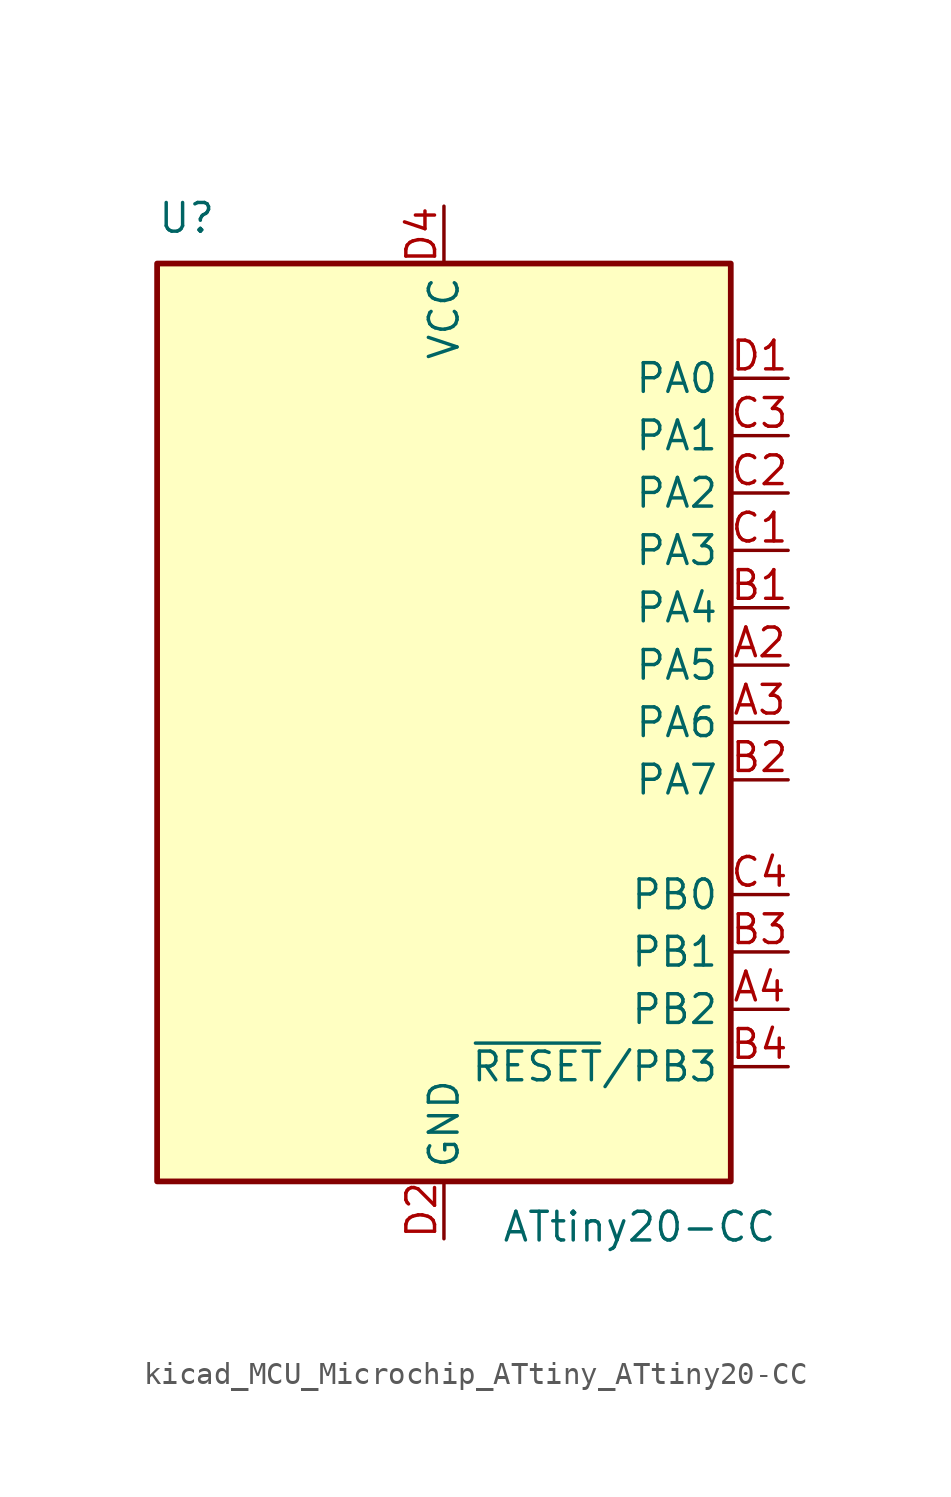
<source format=kicad_sym>
(kicad_symbol_lib
  (version 20220914)
  (generator kicad_symbol_editor)
  (symbol "kicad_MCU_Microchip_ATtiny_ATtiny20-CC"
    (property "Reference" "U"
      (at -12.7 21.59 0)
      (effects (font (size 1.27 1.27)) (justify left bottom)))
    (property "Value" "ATtiny20-CC"
      (at 2.54 -21.59 0)
      (effects (font (size 1.27 1.27)) (justify left top)))
    (symbol "kicad_MCU_Microchip_ATtiny_ATtiny20-CC_0_1"
      (rectangle (start -12.7 -20.32) (end 12.7 20.32) (stroke (width 0.254) (type default)) (fill (type background))))
    (symbol "kicad_MCU_Microchip_ATtiny_ATtiny20-CC_1_1"
      (pin bidirectional line (at 15.24 2.54 180) (length 2.54) (name "PA5" (effects (font (size 1.27 1.27)))) (number "A2" (effects (font (size 1.27 1.27)))))
      (pin bidirectional line (at 15.24 0 180) (length 2.54) (name "PA6" (effects (font (size 1.27 1.27)))) (number "A3" (effects (font (size 1.27 1.27)))))
      (pin bidirectional line (at 15.24 -12.7 180) (length 2.54) (name "PB2" (effects (font (size 1.27 1.27)))) (number "A4" (effects (font (size 1.27 1.27)))))
      (pin bidirectional line (at 15.24 5.08 180) (length 2.54) (name "PA4" (effects (font (size 1.27 1.27)))) (number "B1" (effects (font (size 1.27 1.27)))))
      (pin bidirectional line (at 15.24 -2.54 180) (length 2.54) (name "PA7" (effects (font (size 1.27 1.27)))) (number "B2" (effects (font (size 1.27 1.27)))))
      (pin bidirectional line (at 15.24 -10.16 180) (length 2.54) (name "PB1" (effects (font (size 1.27 1.27)))) (number "B3" (effects (font (size 1.27 1.27)))))
      (pin bidirectional line (at 15.24 -15.24 180) (length 2.54) (name "~{RESET}/PB3" (effects (font (size 1.27 1.27)))) (number "B4" (effects (font (size 1.27 1.27)))))
      (pin bidirectional line (at 15.24 7.62 180) (length 2.54) (name "PA3" (effects (font (size 1.27 1.27)))) (number "C1" (effects (font (size 1.27 1.27)))))
      (pin bidirectional line (at 15.24 10.16 180) (length 2.54) (name "PA2" (effects (font (size 1.27 1.27)))) (number "C2" (effects (font (size 1.27 1.27)))))
      (pin bidirectional line (at 15.24 12.7 180) (length 2.54) (name "PA1" (effects (font (size 1.27 1.27)))) (number "C3" (effects (font (size 1.27 1.27)))))
      (pin bidirectional line (at 15.24 -7.62 180) (length 2.54) (name "PB0" (effects (font (size 1.27 1.27)))) (number "C4" (effects (font (size 1.27 1.27)))))
      (pin bidirectional line (at 15.24 15.24 180) (length 2.54) (name "PA0" (effects (font (size 1.27 1.27)))) (number "D1" (effects (font (size 1.27 1.27)))))
      (pin power_in line (at 0 -22.86 90) (length 2.54) (name "GND" (effects (font (size 1.27 1.27)))) (number "D2" (effects (font (size 1.27 1.27)))))
      (pin passive line (at 0 -22.86 90) (length 2.54) hide (name "GND" (effects (font (size 1.27 1.27)))) (number "D3" (effects (font (size 1.27 1.27)))))
      (pin power_in line (at 0 22.86 270) (length 2.54) (name "VCC" (effects (font (size 1.27 1.27)))) (number "D4" (effects (font (size 1.27 1.27))))))))
</source>
